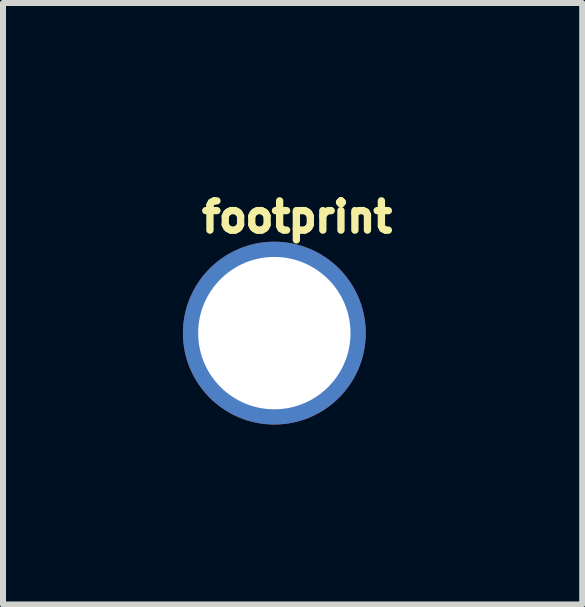
<source format=kicad_pcb>
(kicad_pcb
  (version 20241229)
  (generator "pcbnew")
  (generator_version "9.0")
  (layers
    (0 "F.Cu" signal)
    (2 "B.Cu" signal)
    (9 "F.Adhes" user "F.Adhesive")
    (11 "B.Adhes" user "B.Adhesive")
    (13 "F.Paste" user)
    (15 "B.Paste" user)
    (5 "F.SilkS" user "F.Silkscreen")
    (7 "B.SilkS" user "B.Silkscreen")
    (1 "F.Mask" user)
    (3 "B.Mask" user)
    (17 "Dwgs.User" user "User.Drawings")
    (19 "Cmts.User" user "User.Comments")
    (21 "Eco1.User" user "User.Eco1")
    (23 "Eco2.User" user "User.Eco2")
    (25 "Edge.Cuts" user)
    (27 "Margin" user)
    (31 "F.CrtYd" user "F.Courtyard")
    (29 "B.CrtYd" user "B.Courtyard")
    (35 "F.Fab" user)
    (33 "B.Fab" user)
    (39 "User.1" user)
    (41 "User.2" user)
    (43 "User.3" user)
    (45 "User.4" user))
  (footprint "footprint"
    (layer "F.Cu")
    (at 1.524 2.504)
    (property "Reference" "footprint" (at -1.27 -1.651 0) (layer "F.SilkS") (effects (font (size 0.488 0.488) (thickness 0.122)) (justify left bottom)))
    (pad "P$1" thru_hole circle (at 0 0) (size 3.048 3.048) (drill 2.54) (layers "*.Cu" "*.Mask")))
  (gr_rect
    (start -3 -3)
    (end 6.657 7.028)
    (stroke (width 0.1) (type default))
    (fill no)
    (layer "Edge.Cuts")))
</source>
